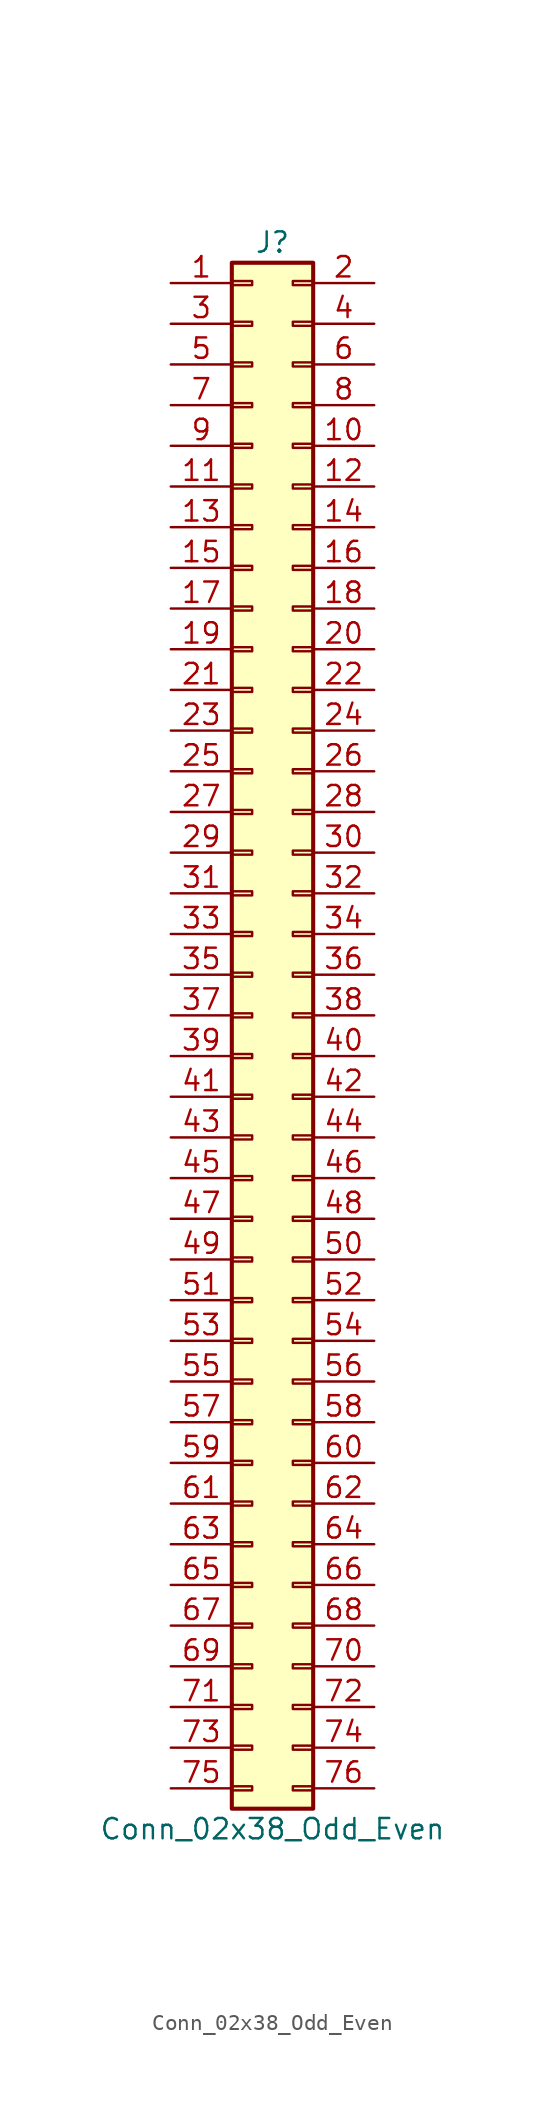
<source format=kicad_sym>
(kicad_symbol_lib
  (version 20220914)
  (generator kicad_symbol_editor)
  (symbol "Conn_02x38_Odd_Even"
    (pin_names
      (offset 1.016) hide)
    (property "Reference" "J"
      (at 1.27 48.26 0)
      (effects (font (size 1.27 1.27))))
    (property "Value" "Conn_02x38_Odd_Even"
      (at 1.27 -50.8 0)
      (effects (font (size 1.27 1.27))))
    (symbol "Conn_02x38_Odd_Even_1_1"
      (rectangle (start -1.27 -48.133) (end 0 -48.387) (stroke (width 0.152) (type default)) (fill (type none)))
      (rectangle (start -1.27 -45.593) (end 0 -45.847) (stroke (width 0.152) (type default)) (fill (type none)))
      (rectangle (start -1.27 -43.053) (end 0 -43.307) (stroke (width 0.152) (type default)) (fill (type none)))
      (rectangle (start -1.27 -40.513) (end 0 -40.767) (stroke (width 0.152) (type default)) (fill (type none)))
      (rectangle (start -1.27 -37.973) (end 0 -38.227) (stroke (width 0.152) (type default)) (fill (type none)))
      (rectangle (start -1.27 -35.433) (end 0 -35.687) (stroke (width 0.152) (type default)) (fill (type none)))
      (rectangle (start -1.27 -32.893) (end 0 -33.147) (stroke (width 0.152) (type default)) (fill (type none)))
      (rectangle (start -1.27 -30.353) (end 0 -30.607) (stroke (width 0.152) (type default)) (fill (type none)))
      (rectangle (start -1.27 -27.813) (end 0 -28.067) (stroke (width 0.152) (type default)) (fill (type none)))
      (rectangle (start -1.27 -25.273) (end 0 -25.527) (stroke (width 0.152) (type default)) (fill (type none)))
      (rectangle (start -1.27 -22.733) (end 0 -22.987) (stroke (width 0.152) (type default)) (fill (type none)))
      (rectangle (start -1.27 -20.193) (end 0 -20.447) (stroke (width 0.152) (type default)) (fill (type none)))
      (rectangle (start -1.27 -17.653) (end 0 -17.907) (stroke (width 0.152) (type default)) (fill (type none)))
      (rectangle (start -1.27 -15.113) (end 0 -15.367) (stroke (width 0.152) (type default)) (fill (type none)))
      (rectangle (start -1.27 -12.573) (end 0 -12.827) (stroke (width 0.152) (type default)) (fill (type none)))
      (rectangle (start -1.27 -10.033) (end 0 -10.287) (stroke (width 0.152) (type default)) (fill (type none)))
      (rectangle (start -1.27 -7.493) (end 0 -7.747) (stroke (width 0.152) (type default)) (fill (type none)))
      (rectangle (start -1.27 -4.953) (end 0 -5.207) (stroke (width 0.152) (type default)) (fill (type none)))
      (rectangle (start -1.27 -2.413) (end 0 -2.667) (stroke (width 0.152) (type default)) (fill (type none)))
      (rectangle (start -1.27 0.127) (end 0 -0.127) (stroke (width 0.152) (type default)) (fill (type none)))
      (rectangle (start -1.27 2.667) (end 0 2.413) (stroke (width 0.152) (type default)) (fill (type none)))
      (rectangle (start -1.27 5.207) (end 0 4.953) (stroke (width 0.152) (type default)) (fill (type none)))
      (rectangle (start -1.27 7.747) (end 0 7.493) (stroke (width 0.152) (type default)) (fill (type none)))
      (rectangle (start -1.27 10.287) (end 0 10.033) (stroke (width 0.152) (type default)) (fill (type none)))
      (rectangle (start -1.27 12.827) (end 0 12.573) (stroke (width 0.152) (type default)) (fill (type none)))
      (rectangle (start -1.27 15.367) (end 0 15.113) (stroke (width 0.152) (type default)) (fill (type none)))
      (rectangle (start -1.27 17.907) (end 0 17.653) (stroke (width 0.152) (type default)) (fill (type none)))
      (rectangle (start -1.27 20.447) (end 0 20.193) (stroke (width 0.152) (type default)) (fill (type none)))
      (rectangle (start -1.27 22.987) (end 0 22.733) (stroke (width 0.152) (type default)) (fill (type none)))
      (rectangle (start -1.27 25.527) (end 0 25.273) (stroke (width 0.152) (type default)) (fill (type none)))
      (rectangle (start -1.27 28.067) (end 0 27.813) (stroke (width 0.152) (type default)) (fill (type none)))
      (rectangle (start -1.27 30.607) (end 0 30.353) (stroke (width 0.152) (type default)) (fill (type none)))
      (rectangle (start -1.27 33.147) (end 0 32.893) (stroke (width 0.152) (type default)) (fill (type none)))
      (rectangle (start -1.27 35.687) (end 0 35.433) (stroke (width 0.152) (type default)) (fill (type none)))
      (rectangle (start -1.27 38.227) (end 0 37.973) (stroke (width 0.152) (type default)) (fill (type none)))
      (rectangle (start -1.27 40.767) (end 0 40.513) (stroke (width 0.152) (type default)) (fill (type none)))
      (rectangle (start -1.27 43.307) (end 0 43.053) (stroke (width 0.152) (type default)) (fill (type none)))
      (rectangle (start -1.27 45.847) (end 0 45.593) (stroke (width 0.152) (type default)) (fill (type none)))
      (rectangle (start -1.27 46.99) (end 3.81 -49.53) (stroke (width 0.254) (type default)) (fill (type background)))
      (rectangle (start 3.81 -48.133) (end 2.54 -48.387) (stroke (width 0.152) (type default)) (fill (type none)))
      (rectangle (start 3.81 -45.593) (end 2.54 -45.847) (stroke (width 0.152) (type default)) (fill (type none)))
      (rectangle (start 3.81 -43.053) (end 2.54 -43.307) (stroke (width 0.152) (type default)) (fill (type none)))
      (rectangle (start 3.81 -40.513) (end 2.54 -40.767) (stroke (width 0.152) (type default)) (fill (type none)))
      (rectangle (start 3.81 -37.973) (end 2.54 -38.227) (stroke (width 0.152) (type default)) (fill (type none)))
      (rectangle (start 3.81 -35.433) (end 2.54 -35.687) (stroke (width 0.152) (type default)) (fill (type none)))
      (rectangle (start 3.81 -32.893) (end 2.54 -33.147) (stroke (width 0.152) (type default)) (fill (type none)))
      (rectangle (start 3.81 -30.353) (end 2.54 -30.607) (stroke (width 0.152) (type default)) (fill (type none)))
      (rectangle (start 3.81 -27.813) (end 2.54 -28.067) (stroke (width 0.152) (type default)) (fill (type none)))
      (rectangle (start 3.81 -25.273) (end 2.54 -25.527) (stroke (width 0.152) (type default)) (fill (type none)))
      (rectangle (start 3.81 -22.733) (end 2.54 -22.987) (stroke (width 0.152) (type default)) (fill (type none)))
      (rectangle (start 3.81 -20.193) (end 2.54 -20.447) (stroke (width 0.152) (type default)) (fill (type none)))
      (rectangle (start 3.81 -17.653) (end 2.54 -17.907) (stroke (width 0.152) (type default)) (fill (type none)))
      (rectangle (start 3.81 -15.113) (end 2.54 -15.367) (stroke (width 0.152) (type default)) (fill (type none)))
      (rectangle (start 3.81 -12.573) (end 2.54 -12.827) (stroke (width 0.152) (type default)) (fill (type none)))
      (rectangle (start 3.81 -10.033) (end 2.54 -10.287) (stroke (width 0.152) (type default)) (fill (type none)))
      (rectangle (start 3.81 -7.493) (end 2.54 -7.747) (stroke (width 0.152) (type default)) (fill (type none)))
      (rectangle (start 3.81 -4.953) (end 2.54 -5.207) (stroke (width 0.152) (type default)) (fill (type none)))
      (rectangle (start 3.81 -2.413) (end 2.54 -2.667) (stroke (width 0.152) (type default)) (fill (type none)))
      (rectangle (start 3.81 0.127) (end 2.54 -0.127) (stroke (width 0.152) (type default)) (fill (type none)))
      (rectangle (start 3.81 2.667) (end 2.54 2.413) (stroke (width 0.152) (type default)) (fill (type none)))
      (rectangle (start 3.81 5.207) (end 2.54 4.953) (stroke (width 0.152) (type default)) (fill (type none)))
      (rectangle (start 3.81 7.747) (end 2.54 7.493) (stroke (width 0.152) (type default)) (fill (type none)))
      (rectangle (start 3.81 10.287) (end 2.54 10.033) (stroke (width 0.152) (type default)) (fill (type none)))
      (rectangle (start 3.81 12.827) (end 2.54 12.573) (stroke (width 0.152) (type default)) (fill (type none)))
      (rectangle (start 3.81 15.367) (end 2.54 15.113) (stroke (width 0.152) (type default)) (fill (type none)))
      (rectangle (start 3.81 17.907) (end 2.54 17.653) (stroke (width 0.152) (type default)) (fill (type none)))
      (rectangle (start 3.81 20.447) (end 2.54 20.193) (stroke (width 0.152) (type default)) (fill (type none)))
      (rectangle (start 3.81 22.987) (end 2.54 22.733) (stroke (width 0.152) (type default)) (fill (type none)))
      (rectangle (start 3.81 25.527) (end 2.54 25.273) (stroke (width 0.152) (type default)) (fill (type none)))
      (rectangle (start 3.81 28.067) (end 2.54 27.813) (stroke (width 0.152) (type default)) (fill (type none)))
      (rectangle (start 3.81 30.607) (end 2.54 30.353) (stroke (width 0.152) (type default)) (fill (type none)))
      (rectangle (start 3.81 33.147) (end 2.54 32.893) (stroke (width 0.152) (type default)) (fill (type none)))
      (rectangle (start 3.81 35.687) (end 2.54 35.433) (stroke (width 0.152) (type default)) (fill (type none)))
      (rectangle (start 3.81 38.227) (end 2.54 37.973) (stroke (width 0.152) (type default)) (fill (type none)))
      (rectangle (start 3.81 40.767) (end 2.54 40.513) (stroke (width 0.152) (type default)) (fill (type none)))
      (rectangle (start 3.81 43.307) (end 2.54 43.053) (stroke (width 0.152) (type default)) (fill (type none)))
      (rectangle (start 3.81 45.847) (end 2.54 45.593) (stroke (width 0.152) (type default)) (fill (type none)))
      (pin passive line (at -5.08 45.72 0) (length 3.81) (name "Pin_1" (effects (font (size 1.27 1.27)))) (number "1" (effects (font (size 1.27 1.27)))))
      (pin passive line (at 7.62 35.56 180) (length 3.81) (name "Pin_10" (effects (font (size 1.27 1.27)))) (number "10" (effects (font (size 1.27 1.27)))))
      (pin passive line (at -5.08 33.02 0) (length 3.81) (name "Pin_11" (effects (font (size 1.27 1.27)))) (number "11" (effects (font (size 1.27 1.27)))))
      (pin passive line (at 7.62 33.02 180) (length 3.81) (name "Pin_12" (effects (font (size 1.27 1.27)))) (number "12" (effects (font (size 1.27 1.27)))))
      (pin passive line (at -5.08 30.48 0) (length 3.81) (name "Pin_13" (effects (font (size 1.27 1.27)))) (number "13" (effects (font (size 1.27 1.27)))))
      (pin passive line (at 7.62 30.48 180) (length 3.81) (name "Pin_14" (effects (font (size 1.27 1.27)))) (number "14" (effects (font (size 1.27 1.27)))))
      (pin passive line (at -5.08 27.94 0) (length 3.81) (name "Pin_15" (effects (font (size 1.27 1.27)))) (number "15" (effects (font (size 1.27 1.27)))))
      (pin passive line (at 7.62 27.94 180) (length 3.81) (name "Pin_16" (effects (font (size 1.27 1.27)))) (number "16" (effects (font (size 1.27 1.27)))))
      (pin passive line (at -5.08 25.4 0) (length 3.81) (name "Pin_17" (effects (font (size 1.27 1.27)))) (number "17" (effects (font (size 1.27 1.27)))))
      (pin passive line (at 7.62 25.4 180) (length 3.81) (name "Pin_18" (effects (font (size 1.27 1.27)))) (number "18" (effects (font (size 1.27 1.27)))))
      (pin passive line (at -5.08 22.86 0) (length 3.81) (name "Pin_19" (effects (font (size 1.27 1.27)))) (number "19" (effects (font (size 1.27 1.27)))))
      (pin passive line (at 7.62 45.72 180) (length 3.81) (name "Pin_2" (effects (font (size 1.27 1.27)))) (number "2" (effects (font (size 1.27 1.27)))))
      (pin passive line (at 7.62 22.86 180) (length 3.81) (name "Pin_20" (effects (font (size 1.27 1.27)))) (number "20" (effects (font (size 1.27 1.27)))))
      (pin passive line (at -5.08 20.32 0) (length 3.81) (name "Pin_21" (effects (font (size 1.27 1.27)))) (number "21" (effects (font (size 1.27 1.27)))))
      (pin passive line (at 7.62 20.32 180) (length 3.81) (name "Pin_22" (effects (font (size 1.27 1.27)))) (number "22" (effects (font (size 1.27 1.27)))))
      (pin passive line (at -5.08 17.78 0) (length 3.81) (name "Pin_23" (effects (font (size 1.27 1.27)))) (number "23" (effects (font (size 1.27 1.27)))))
      (pin passive line (at 7.62 17.78 180) (length 3.81) (name "Pin_24" (effects (font (size 1.27 1.27)))) (number "24" (effects (font (size 1.27 1.27)))))
      (pin passive line (at -5.08 15.24 0) (length 3.81) (name "Pin_25" (effects (font (size 1.27 1.27)))) (number "25" (effects (font (size 1.27 1.27)))))
      (pin passive line (at 7.62 15.24 180) (length 3.81) (name "Pin_26" (effects (font (size 1.27 1.27)))) (number "26" (effects (font (size 1.27 1.27)))))
      (pin passive line (at -5.08 12.7 0) (length 3.81) (name "Pin_27" (effects (font (size 1.27 1.27)))) (number "27" (effects (font (size 1.27 1.27)))))
      (pin passive line (at 7.62 12.7 180) (length 3.81) (name "Pin_28" (effects (font (size 1.27 1.27)))) (number "28" (effects (font (size 1.27 1.27)))))
      (pin passive line (at -5.08 10.16 0) (length 3.81) (name "Pin_29" (effects (font (size 1.27 1.27)))) (number "29" (effects (font (size 1.27 1.27)))))
      (pin passive line (at -5.08 43.18 0) (length 3.81) (name "Pin_3" (effects (font (size 1.27 1.27)))) (number "3" (effects (font (size 1.27 1.27)))))
      (pin passive line (at 7.62 10.16 180) (length 3.81) (name "Pin_30" (effects (font (size 1.27 1.27)))) (number "30" (effects (font (size 1.27 1.27)))))
      (pin passive line (at -5.08 7.62 0) (length 3.81) (name "Pin_31" (effects (font (size 1.27 1.27)))) (number "31" (effects (font (size 1.27 1.27)))))
      (pin passive line (at 7.62 7.62 180) (length 3.81) (name "Pin_32" (effects (font (size 1.27 1.27)))) (number "32" (effects (font (size 1.27 1.27)))))
      (pin passive line (at -5.08 5.08 0) (length 3.81) (name "Pin_33" (effects (font (size 1.27 1.27)))) (number "33" (effects (font (size 1.27 1.27)))))
      (pin passive line (at 7.62 5.08 180) (length 3.81) (name "Pin_34" (effects (font (size 1.27 1.27)))) (number "34" (effects (font (size 1.27 1.27)))))
      (pin passive line (at -5.08 2.54 0) (length 3.81) (name "Pin_35" (effects (font (size 1.27 1.27)))) (number "35" (effects (font (size 1.27 1.27)))))
      (pin passive line (at 7.62 2.54 180) (length 3.81) (name "Pin_36" (effects (font (size 1.27 1.27)))) (number "36" (effects (font (size 1.27 1.27)))))
      (pin passive line (at -5.08 0 0) (length 3.81) (name "Pin_37" (effects (font (size 1.27 1.27)))) (number "37" (effects (font (size 1.27 1.27)))))
      (pin passive line (at 7.62 0 180) (length 3.81) (name "Pin_38" (effects (font (size 1.27 1.27)))) (number "38" (effects (font (size 1.27 1.27)))))
      (pin passive line (at -5.08 -2.54 0) (length 3.81) (name "Pin_39" (effects (font (size 1.27 1.27)))) (number "39" (effects (font (size 1.27 1.27)))))
      (pin passive line (at 7.62 43.18 180) (length 3.81) (name "Pin_4" (effects (font (size 1.27 1.27)))) (number "4" (effects (font (size 1.27 1.27)))))
      (pin passive line (at 7.62 -2.54 180) (length 3.81) (name "Pin_40" (effects (font (size 1.27 1.27)))) (number "40" (effects (font (size 1.27 1.27)))))
      (pin passive line (at -5.08 -5.08 0) (length 3.81) (name "Pin_41" (effects (font (size 1.27 1.27)))) (number "41" (effects (font (size 1.27 1.27)))))
      (pin passive line (at 7.62 -5.08 180) (length 3.81) (name "Pin_42" (effects (font (size 1.27 1.27)))) (number "42" (effects (font (size 1.27 1.27)))))
      (pin passive line (at -5.08 -7.62 0) (length 3.81) (name "Pin_43" (effects (font (size 1.27 1.27)))) (number "43" (effects (font (size 1.27 1.27)))))
      (pin passive line (at 7.62 -7.62 180) (length 3.81) (name "Pin_44" (effects (font (size 1.27 1.27)))) (number "44" (effects (font (size 1.27 1.27)))))
      (pin passive line (at -5.08 -10.16 0) (length 3.81) (name "Pin_45" (effects (font (size 1.27 1.27)))) (number "45" (effects (font (size 1.27 1.27)))))
      (pin passive line (at 7.62 -10.16 180) (length 3.81) (name "Pin_46" (effects (font (size 1.27 1.27)))) (number "46" (effects (font (size 1.27 1.27)))))
      (pin passive line (at -5.08 -12.7 0) (length 3.81) (name "Pin_47" (effects (font (size 1.27 1.27)))) (number "47" (effects (font (size 1.27 1.27)))))
      (pin passive line (at 7.62 -12.7 180) (length 3.81) (name "Pin_48" (effects (font (size 1.27 1.27)))) (number "48" (effects (font (size 1.27 1.27)))))
      (pin passive line (at -5.08 -15.24 0) (length 3.81) (name "Pin_49" (effects (font (size 1.27 1.27)))) (number "49" (effects (font (size 1.27 1.27)))))
      (pin passive line (at -5.08 40.64 0) (length 3.81) (name "Pin_5" (effects (font (size 1.27 1.27)))) (number "5" (effects (font (size 1.27 1.27)))))
      (pin passive line (at 7.62 -15.24 180) (length 3.81) (name "Pin_50" (effects (font (size 1.27 1.27)))) (number "50" (effects (font (size 1.27 1.27)))))
      (pin passive line (at -5.08 -17.78 0) (length 3.81) (name "Pin_51" (effects (font (size 1.27 1.27)))) (number "51" (effects (font (size 1.27 1.27)))))
      (pin passive line (at 7.62 -17.78 180) (length 3.81) (name "Pin_52" (effects (font (size 1.27 1.27)))) (number "52" (effects (font (size 1.27 1.27)))))
      (pin passive line (at -5.08 -20.32 0) (length 3.81) (name "Pin_53" (effects (font (size 1.27 1.27)))) (number "53" (effects (font (size 1.27 1.27)))))
      (pin passive line (at 7.62 -20.32 180) (length 3.81) (name "Pin_54" (effects (font (size 1.27 1.27)))) (number "54" (effects (font (size 1.27 1.27)))))
      (pin passive line (at -5.08 -22.86 0) (length 3.81) (name "Pin_55" (effects (font (size 1.27 1.27)))) (number "55" (effects (font (size 1.27 1.27)))))
      (pin passive line (at 7.62 -22.86 180) (length 3.81) (name "Pin_56" (effects (font (size 1.27 1.27)))) (number "56" (effects (font (size 1.27 1.27)))))
      (pin passive line (at -5.08 -25.4 0) (length 3.81) (name "Pin_57" (effects (font (size 1.27 1.27)))) (number "57" (effects (font (size 1.27 1.27)))))
      (pin passive line (at 7.62 -25.4 180) (length 3.81) (name "Pin_58" (effects (font (size 1.27 1.27)))) (number "58" (effects (font (size 1.27 1.27)))))
      (pin passive line (at -5.08 -27.94 0) (length 3.81) (name "Pin_59" (effects (font (size 1.27 1.27)))) (number "59" (effects (font (size 1.27 1.27)))))
      (pin passive line (at 7.62 40.64 180) (length 3.81) (name "Pin_6" (effects (font (size 1.27 1.27)))) (number "6" (effects (font (size 1.27 1.27)))))
      (pin passive line (at 7.62 -27.94 180) (length 3.81) (name "Pin_60" (effects (font (size 1.27 1.27)))) (number "60" (effects (font (size 1.27 1.27)))))
      (pin passive line (at -5.08 -30.48 0) (length 3.81) (name "Pin_61" (effects (font (size 1.27 1.27)))) (number "61" (effects (font (size 1.27 1.27)))))
      (pin passive line (at 7.62 -30.48 180) (length 3.81) (name "Pin_62" (effects (font (size 1.27 1.27)))) (number "62" (effects (font (size 1.27 1.27)))))
      (pin passive line (at -5.08 -33.02 0) (length 3.81) (name "Pin_63" (effects (font (size 1.27 1.27)))) (number "63" (effects (font (size 1.27 1.27)))))
      (pin passive line (at 7.62 -33.02 180) (length 3.81) (name "Pin_64" (effects (font (size 1.27 1.27)))) (number "64" (effects (font (size 1.27 1.27)))))
      (pin passive line (at -5.08 -35.56 0) (length 3.81) (name "Pin_65" (effects (font (size 1.27 1.27)))) (number "65" (effects (font (size 1.27 1.27)))))
      (pin passive line (at 7.62 -35.56 180) (length 3.81) (name "Pin_66" (effects (font (size 1.27 1.27)))) (number "66" (effects (font (size 1.27 1.27)))))
      (pin passive line (at -5.08 -38.1 0) (length 3.81) (name "Pin_67" (effects (font (size 1.27 1.27)))) (number "67" (effects (font (size 1.27 1.27)))))
      (pin passive line (at 7.62 -38.1 180) (length 3.81) (name "Pin_68" (effects (font (size 1.27 1.27)))) (number "68" (effects (font (size 1.27 1.27)))))
      (pin passive line (at -5.08 -40.64 0) (length 3.81) (name "Pin_69" (effects (font (size 1.27 1.27)))) (number "69" (effects (font (size 1.27 1.27)))))
      (pin passive line (at -5.08 38.1 0) (length 3.81) (name "Pin_7" (effects (font (size 1.27 1.27)))) (number "7" (effects (font (size 1.27 1.27)))))
      (pin passive line (at 7.62 -40.64 180) (length 3.81) (name "Pin_70" (effects (font (size 1.27 1.27)))) (number "70" (effects (font (size 1.27 1.27)))))
      (pin passive line (at -5.08 -43.18 0) (length 3.81) (name "Pin_71" (effects (font (size 1.27 1.27)))) (number "71" (effects (font (size 1.27 1.27)))))
      (pin passive line (at 7.62 -43.18 180) (length 3.81) (name "Pin_72" (effects (font (size 1.27 1.27)))) (number "72" (effects (font (size 1.27 1.27)))))
      (pin passive line (at -5.08 -45.72 0) (length 3.81) (name "Pin_73" (effects (font (size 1.27 1.27)))) (number "73" (effects (font (size 1.27 1.27)))))
      (pin passive line (at 7.62 -45.72 180) (length 3.81) (name "Pin_74" (effects (font (size 1.27 1.27)))) (number "74" (effects (font (size 1.27 1.27)))))
      (pin passive line (at -5.08 -48.26 0) (length 3.81) (name "Pin_75" (effects (font (size 1.27 1.27)))) (number "75" (effects (font (size 1.27 1.27)))))
      (pin passive line (at 7.62 -48.26 180) (length 3.81) (name "Pin_76" (effects (font (size 1.27 1.27)))) (number "76" (effects (font (size 1.27 1.27)))))
      (pin passive line (at 7.62 38.1 180) (length 3.81) (name "Pin_8" (effects (font (size 1.27 1.27)))) (number "8" (effects (font (size 1.27 1.27)))))
      (pin passive line (at -5.08 35.56 0) (length 3.81) (name "Pin_9" (effects (font (size 1.27 1.27)))) (number "9" (effects (font (size 1.27 1.27))))))))
</source>
